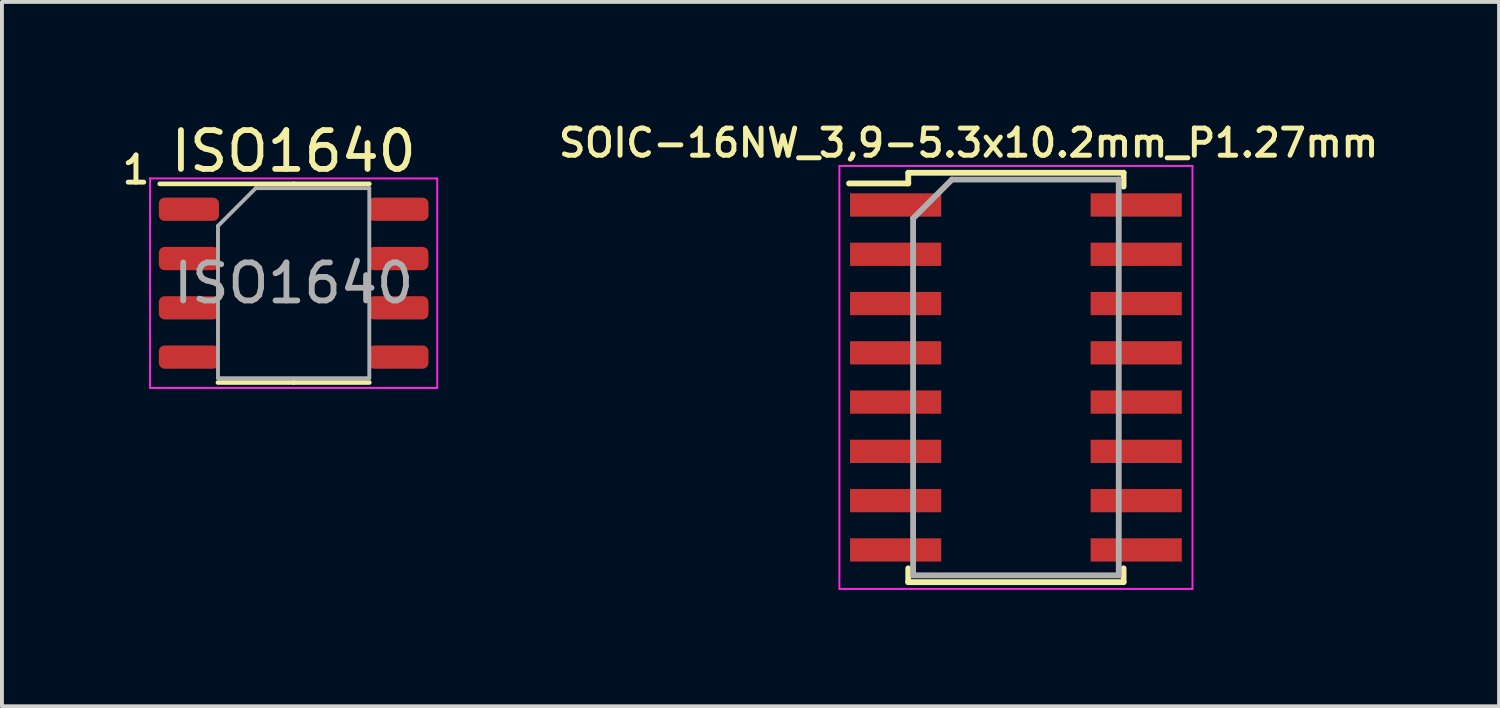
<source format=kicad_pcb>
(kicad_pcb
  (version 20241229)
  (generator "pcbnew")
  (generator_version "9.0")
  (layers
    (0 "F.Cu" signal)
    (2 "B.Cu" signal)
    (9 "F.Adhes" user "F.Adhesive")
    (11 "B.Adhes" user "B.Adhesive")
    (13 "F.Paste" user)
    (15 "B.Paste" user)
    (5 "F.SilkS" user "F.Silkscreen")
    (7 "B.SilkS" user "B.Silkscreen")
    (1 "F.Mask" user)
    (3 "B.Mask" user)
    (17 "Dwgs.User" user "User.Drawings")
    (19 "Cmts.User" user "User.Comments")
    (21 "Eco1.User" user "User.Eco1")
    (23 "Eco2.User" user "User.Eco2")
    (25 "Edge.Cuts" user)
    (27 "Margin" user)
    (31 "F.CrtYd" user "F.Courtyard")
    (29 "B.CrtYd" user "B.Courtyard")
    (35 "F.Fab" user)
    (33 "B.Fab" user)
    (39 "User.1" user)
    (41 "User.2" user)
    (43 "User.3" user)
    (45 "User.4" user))
  (footprint "ISO1640"
    (layer "F.Cu")
    (at 4.518 4.248)
    (property "Reference" "ISO1640" (at 0 -3.4 0) (layer "F.SilkS") (effects (font (size 1 1) (thickness 0.15))))
    (attr smd)
    (fp_line (start 0 -2.56) (end -3.45 -2.56) (stroke (width 0.12) (type solid)) (layer "F.SilkS"))
    (fp_line (start 0 -2.56) (end 1.95 -2.56) (stroke (width 0.12) (type solid)) (layer "F.SilkS"))
    (fp_line (start 0 2.56) (end -1.95 2.56) (stroke (width 0.12) (type solid)) (layer "F.SilkS"))
    (fp_line (start 0 2.56) (end 1.95 2.56) (stroke (width 0.12) (type solid)) (layer "F.SilkS"))
    (fp_line (start -3.7 -2.7) (end -3.7 2.7) (stroke (width 0.05) (type solid)) (layer "F.CrtYd"))
    (fp_line (start -3.7 2.7) (end 3.7 2.7) (stroke (width 0.05) (type solid)) (layer "F.CrtYd"))
    (fp_line (start 3.7 -2.7) (end -3.7 -2.7) (stroke (width 0.05) (type solid)) (layer "F.CrtYd"))
    (fp_line (start 3.7 2.7) (end 3.7 -2.7) (stroke (width 0.05) (type solid)) (layer "F.CrtYd"))
    (fp_line (start -1.95 -1.475) (end -0.975 -2.45) (stroke (width 0.1) (type solid)) (layer "F.Fab"))
    (fp_line (start -1.95 2.45) (end -1.95 -1.475) (stroke (width 0.1) (type solid)) (layer "F.Fab"))
    (fp_line (start -0.975 -2.45) (end 1.95 -2.45) (stroke (width 0.1) (type solid)) (layer "F.Fab"))
    (fp_line (start 1.95 -2.45) (end 1.95 2.45) (stroke (width 0.1) (type solid)) (layer "F.Fab"))
    (fp_line (start 1.95 2.45) (end -1.95 2.45) (stroke (width 0.1) (type solid)) (layer "F.Fab"))
    (fp_text user "1" (at -4.064 -2.921 0) (layer "F.SilkS") (effects (font (size 0.7 0.7) (thickness 0.127))))
    (fp_text user "${REFERENCE}" (at 0 0 0) (layer "F.Fab") (effects (font (size 0.98 0.98) (thickness 0.15))))
    (pad "1" smd roundrect (at -2.7 -1.905) (size 1.55 0.6) (layers "F.Cu" "F.Mask" "F.Paste") (roundrect_rratio 0.25))
    (pad "2" smd roundrect (at -2.7 -0.635) (size 1.55 0.6) (layers "F.Cu" "F.Mask" "F.Paste") (roundrect_rratio 0.25))
    (pad "3" smd roundrect (at -2.7 0.635) (size 1.55 0.6) (layers "F.Cu" "F.Mask" "F.Paste") (roundrect_rratio 0.25))
    (pad "4" smd roundrect (at -2.7 1.905) (size 1.55 0.6) (layers "F.Cu" "F.Mask" "F.Paste") (roundrect_rratio 0.25))
    (pad "5" smd roundrect (at 2.7 1.905) (size 1.55 0.6) (layers "F.Cu" "F.Mask" "F.Paste") (roundrect_rratio 0.25))
    (pad "6" smd roundrect (at 2.7 0.635) (size 1.55 0.6) (layers "F.Cu" "F.Mask" "F.Paste") (roundrect_rratio 0.25))
    (pad "7" smd roundrect (at 2.7 -0.635) (size 1.55 0.6) (layers "F.Cu" "F.Mask" "F.Paste") (roundrect_rratio 0.25))
    (pad "8" smd roundrect (at 2.7 -1.905) (size 1.55 0.6) (layers "F.Cu" "F.Mask" "F.Paste") (roundrect_rratio 0.25)))
  (footprint "SOIC-16NW_3,9-5.3x10.2mm_P1.27mm"
    (layer "F.Cu")
    (at 23.133 6.678)
    (property "Reference" "SOIC-16NW_3,9-5.3x10.2mm_P1.27mm" (at -1.219 -6.045 0) (layer "F.SilkS") (effects (font (size 0.7 0.7) (thickness 0.127))))
    (attr through_hole)
    (fp_line (start -2.775 -5.275) (end -2.775 -5) (stroke (width 0.15) (type solid)) (layer "F.SilkS"))
    (fp_line (start -2.775 -5.275) (end 2.775 -5.275) (stroke (width 0.15) (type solid)) (layer "F.SilkS"))
    (fp_line (start -2.775 -5) (end -4.3 -5) (stroke (width 0.15) (type solid)) (layer "F.SilkS"))
    (fp_line (start -2.775 5.275) (end -2.775 4.92) (stroke (width 0.15) (type solid)) (layer "F.SilkS"))
    (fp_line (start -2.775 5.275) (end 2.775 5.275) (stroke (width 0.15) (type solid)) (layer "F.SilkS"))
    (fp_line (start 2.775 -5.275) (end 2.775 -4.92) (stroke (width 0.15) (type solid)) (layer "F.SilkS"))
    (fp_line (start 2.775 5.275) (end 2.775 4.92) (stroke (width 0.15) (type solid)) (layer "F.SilkS"))
    (fp_line (start -4.55 -5.45) (end -4.55 5.45) (stroke (width 0.05) (type solid)) (layer "F.CrtYd"))
    (fp_line (start -4.55 -5.45) (end 4.55 -5.45) (stroke (width 0.05) (type solid)) (layer "F.CrtYd"))
    (fp_line (start -4.55 5.45) (end 4.55 5.45) (stroke (width 0.05) (type solid)) (layer "F.CrtYd"))
    (fp_line (start 4.55 -5.45) (end 4.55 5.45) (stroke (width 0.05) (type solid)) (layer "F.CrtYd"))
    (fp_line (start -2.65 -4.1) (end -1.65 -5.1) (stroke (width 0.15) (type solid)) (layer "F.Fab"))
    (fp_line (start -2.65 5.1) (end -2.65 -4.1) (stroke (width 0.15) (type solid)) (layer "F.Fab"))
    (fp_line (start -1.65 -5.1) (end 2.65 -5.1) (stroke (width 0.15) (type solid)) (layer "F.Fab"))
    (fp_line (start 2.65 -5.1) (end 2.65 5.1) (stroke (width 0.15) (type solid)) (layer "F.Fab"))
    (fp_line (start 2.65 5.1) (end -2.65 5.1) (stroke (width 0.15) (type solid)) (layer "F.Fab"))
    (pad "1" smd rect (at -3.1 -4.445) (size 2.35 0.6) (layers "F.Cu" "F.Mask" "F.Paste"))
    (pad "2" smd rect (at -3.1 -3.175) (size 2.35 0.6) (layers "F.Cu" "F.Mask" "F.Paste"))
    (pad "3" smd rect (at -3.1 -1.905) (size 2.35 0.6) (layers "F.Cu" "F.Mask" "F.Paste"))
    (pad "4" smd rect (at -3.1 -0.635) (size 2.35 0.6) (layers "F.Cu" "F.Mask" "F.Paste"))
    (pad "5" smd rect (at -3.1 0.635) (size 2.35 0.6) (layers "F.Cu" "F.Mask" "F.Paste"))
    (pad "6" smd rect (at -3.1 1.905) (size 2.35 0.6) (layers "F.Cu" "F.Mask" "F.Paste"))
    (pad "7" smd rect (at -3.1 3.175) (size 2.35 0.6) (layers "F.Cu" "F.Mask" "F.Paste"))
    (pad "8" smd rect (at -3.1 4.445) (size 2.35 0.6) (layers "F.Cu" "F.Mask" "F.Paste"))
    (pad "9" smd rect (at 3.1 4.445) (size 2.35 0.6) (layers "F.Cu" "F.Mask" "F.Paste"))
    (pad "10" smd rect (at 3.1 3.175) (size 2.35 0.6) (layers "F.Cu" "F.Mask" "F.Paste"))
    (pad "11" smd rect (at 3.1 1.905) (size 2.35 0.6) (layers "F.Cu" "F.Mask" "F.Paste"))
    (pad "12" smd rect (at 3.1 0.635) (size 2.35 0.6) (layers "F.Cu" "F.Mask" "F.Paste"))
    (pad "13" smd rect (at 3.1 -0.635) (size 2.35 0.6) (layers "F.Cu" "F.Mask" "F.Paste"))
    (pad "14" smd rect (at 3.1 -1.905) (size 2.35 0.6) (layers "F.Cu" "F.Mask" "F.Paste"))
    (pad "15" smd rect (at 3.1 -3.175) (size 2.35 0.6) (layers "F.Cu" "F.Mask" "F.Paste"))
    (pad "16" smd rect (at 3.1 -4.445) (size 2.35 0.6) (layers "F.Cu" "F.Mask" "F.Paste")))
  (gr_rect
    (start -3 -3)
    (end 35.584 15.153)
    (stroke (width 0.1) (type default))
    (fill no)
    (layer "Edge.Cuts")))
</source>
